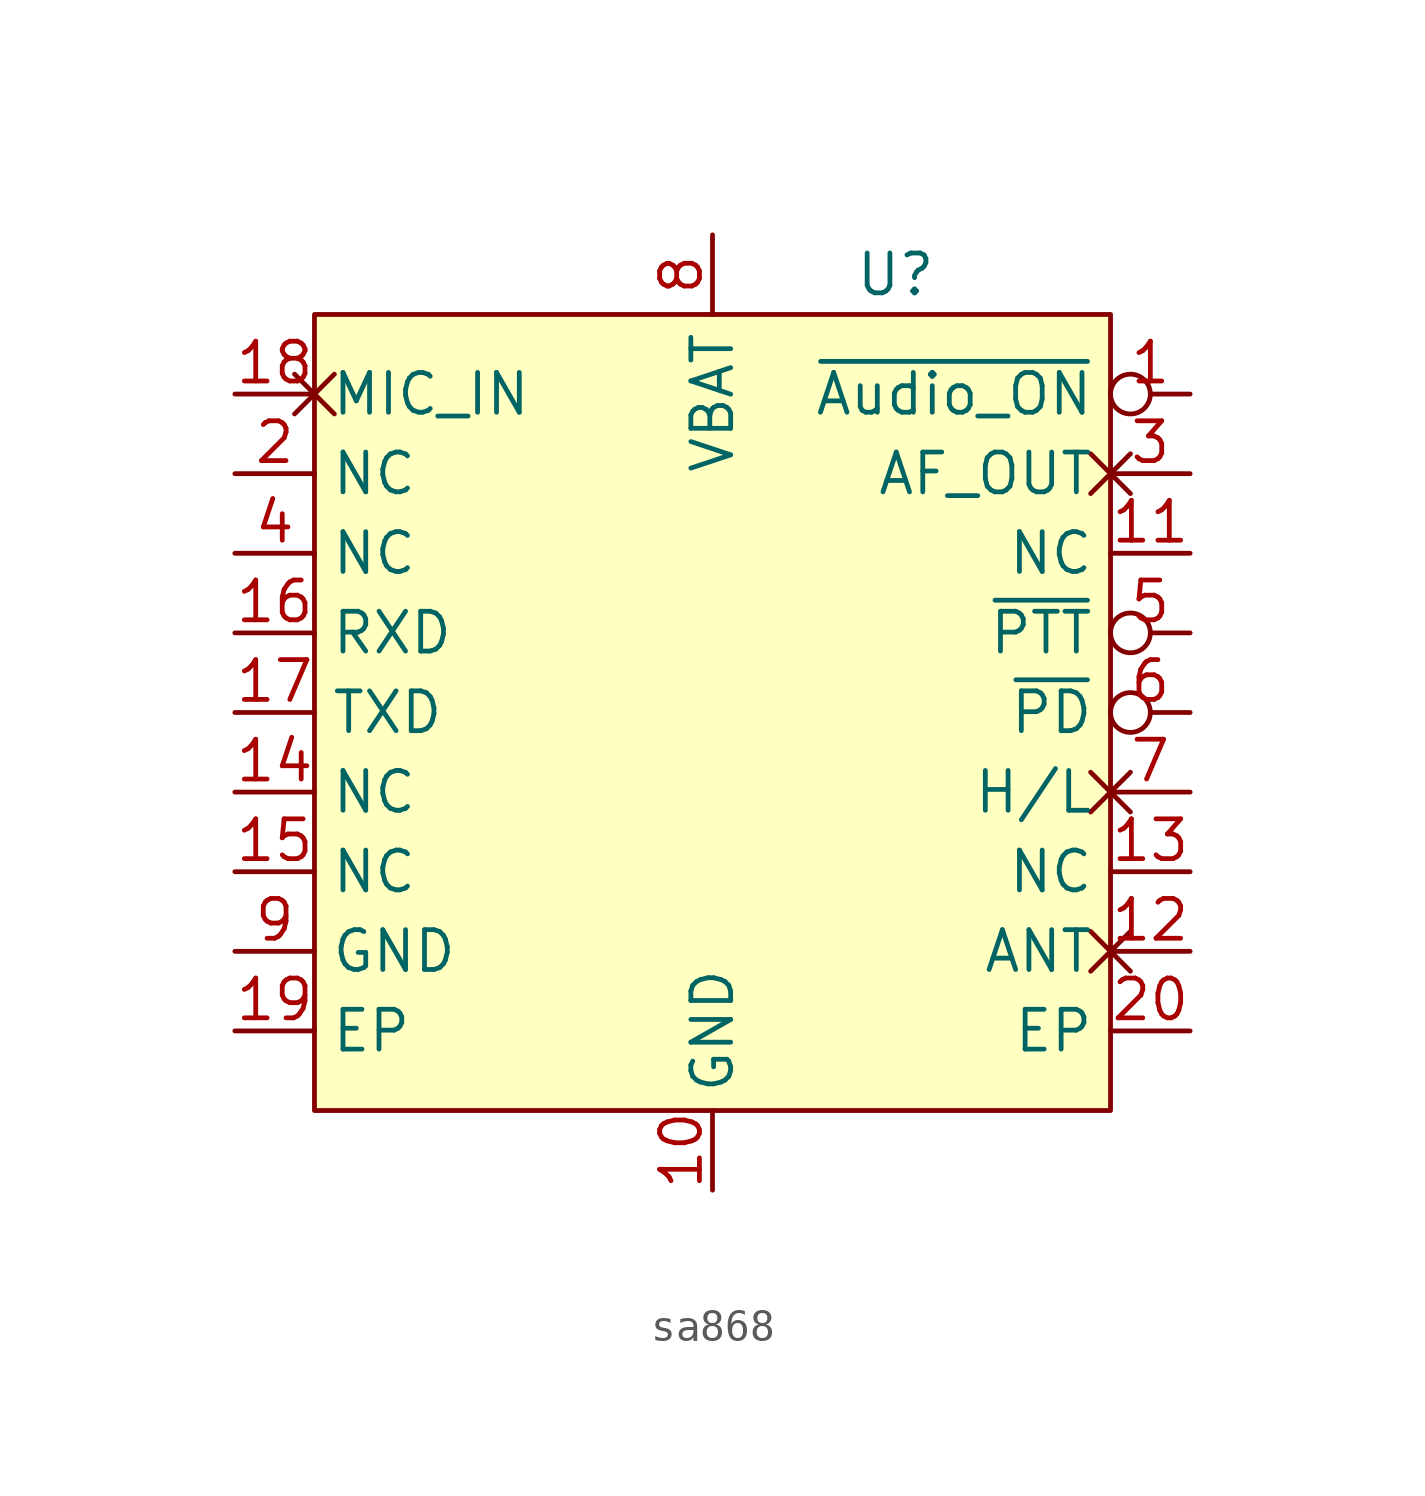
<source format=kicad_sym>
(kicad_symbol_lib
  (version 20231120)
  (generator "kicad_symbol_editor")
  (generator_version "8.0")
  (symbol "sa868"
    (property "Reference" "U"
      (at 5.842 0 0)
      (effects (font (size 1.27 1.27))))
    (property "Value" ""
      (at 0 0 0)
      (effects (font (size 1.27 1.27))))
    (symbol "sa868_1_1"
      (rectangle (start -12.7 -1.27) (end 12.7 -26.67) (stroke (width 0) (type default)) (fill (type background)))
      (pin output inverted (at 15.24 -3.81 180) (length 2.54) (name "~{Audio_ON}" (effects (font (size 1.27 1.27)))) (number "1" (effects (font (size 1.27 1.27)))))
      (pin power_in line (at 0 -29.21 90) (length 2.54) (name "GND" (effects (font (size 1.27 1.27)))) (number "10" (effects (font (size 1.27 1.27)))))
      (pin unspecified line (at 15.24 -8.89 180) (length 2.54) (name "NC" (effects (font (size 1.27 1.27)))) (number "11" (effects (font (size 1.27 1.27)))))
      (pin output non_logic (at 15.24 -21.59 180) (length 2.54) (name "ANT" (effects (font (size 1.27 1.27)))) (number "12" (effects (font (size 1.27 1.27)))))
      (pin unspecified line (at 15.24 -19.05 180) (length 2.54) (name "NC" (effects (font (size 1.27 1.27)))) (number "13" (effects (font (size 1.27 1.27)))))
      (pin unspecified line (at -15.24 -16.51 0) (length 2.54) (name "NC" (effects (font (size 1.27 1.27)))) (number "14" (effects (font (size 1.27 1.27)))))
      (pin unspecified line (at -15.24 -19.05 0) (length 2.54) (name "NC" (effects (font (size 1.27 1.27)))) (number "15" (effects (font (size 1.27 1.27)))))
      (pin input line (at -15.24 -11.43 0) (length 2.54) (name "RXD" (effects (font (size 1.27 1.27)))) (number "16" (effects (font (size 1.27 1.27)))))
      (pin output line (at -15.24 -13.97 0) (length 2.54) (name "TXD" (effects (font (size 1.27 1.27)))) (number "17" (effects (font (size 1.27 1.27)))))
      (pin input non_logic (at -15.24 -3.81 0) (length 2.54) (name "MIC_IN" (effects (font (size 1.27 1.27)))) (number "18" (effects (font (size 1.27 1.27)))))
      (pin power_in line (at -15.24 -24.13 0) (length 2.54) (name "EP" (effects (font (size 1.27 1.27)))) (number "19" (effects (font (size 1.27 1.27)))))
      (pin unspecified line (at -15.24 -6.35 0) (length 2.54) (name "NC" (effects (font (size 1.27 1.27)))) (number "2" (effects (font (size 1.27 1.27)))))
      (pin power_in line (at 15.24 -24.13 180) (length 2.54) (name "EP" (effects (font (size 1.27 1.27)))) (number "20" (effects (font (size 1.27 1.27)))))
      (pin output non_logic (at 15.24 -6.35 180) (length 2.54) (name "AF_OUT" (effects (font (size 1.27 1.27)))) (number "3" (effects (font (size 1.27 1.27)))))
      (pin unspecified line (at -15.24 -8.89 0) (length 2.54) (name "NC" (effects (font (size 1.27 1.27)))) (number "4" (effects (font (size 1.27 1.27)))))
      (pin input inverted (at 15.24 -11.43 180) (length 2.54) (name "~{PTT}" (effects (font (size 1.27 1.27)))) (number "5" (effects (font (size 1.27 1.27)))))
      (pin input inverted (at 15.24 -13.97 180) (length 2.54) (name "~{PD}" (effects (font (size 1.27 1.27)))) (number "6" (effects (font (size 1.27 1.27)))))
      (pin input non_logic (at 15.24 -16.51 180) (length 2.54) (name "H/L" (effects (font (size 1.27 1.27)))) (number "7" (effects (font (size 1.27 1.27)))))
      (pin power_in line (at 0 1.27 270) (length 2.54) (name "VBAT" (effects (font (size 1.27 1.27)))) (number "8" (effects (font (size 1.27 1.27)))))
      (pin power_in line (at -15.24 -21.59 0) (length 2.54) (name "GND" (effects (font (size 1.27 1.27)))) (number "9" (effects (font (size 1.27 1.27))))))))
</source>
